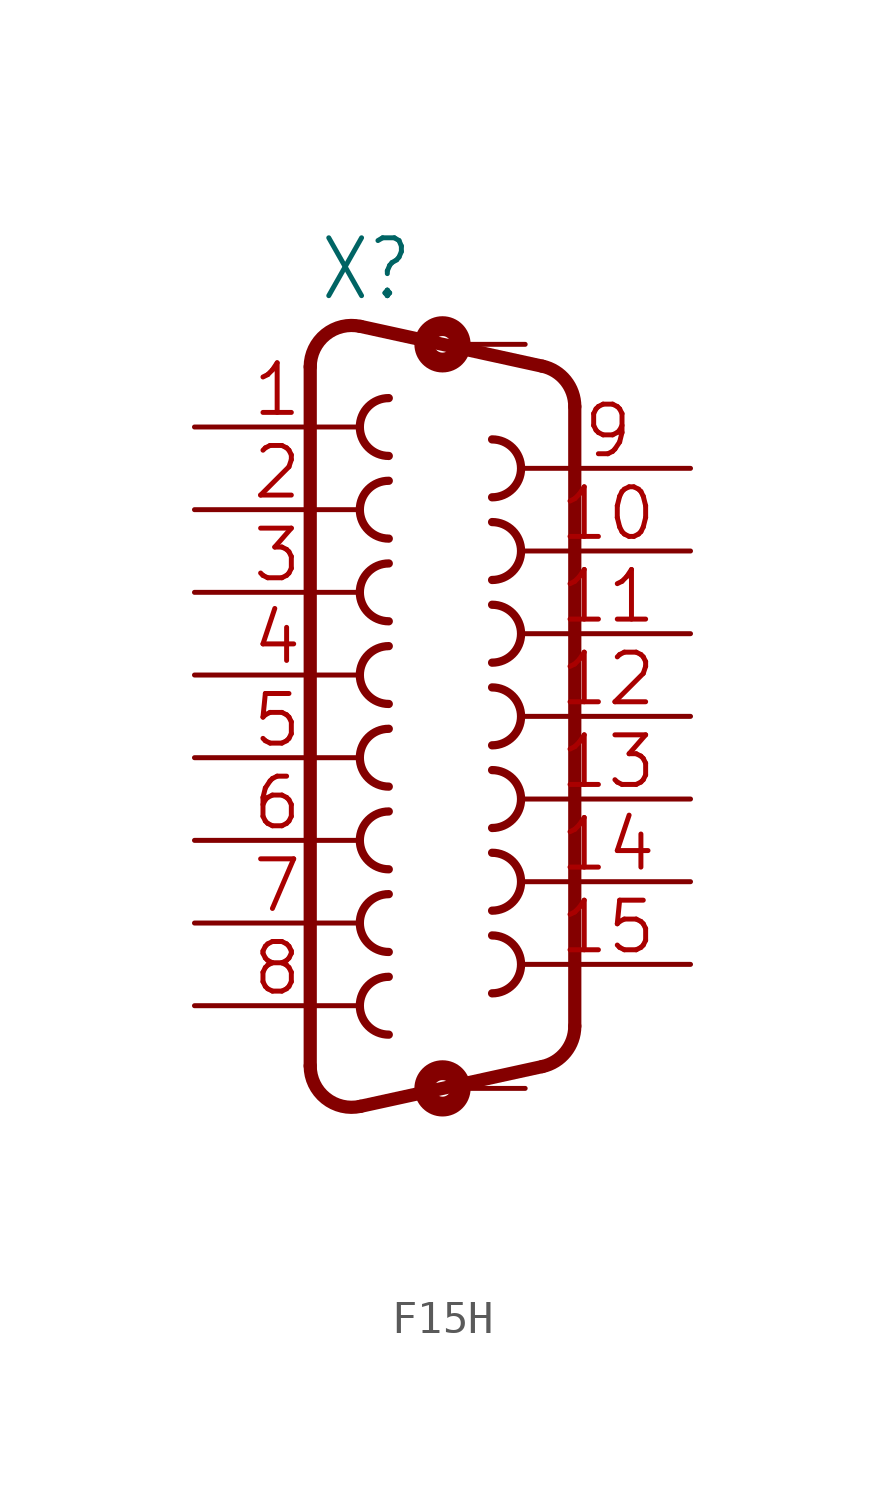
<source format=kicad_sym>
(kicad_symbol_lib
  (version 20241209)
  (generator "kicad_symbol_editor")
  (generator_version "9.0")
  (symbol "F15H"
    (property "Reference" "X"
      (at -3.81 11.43 0)
      (effects (font (size 1.778 1.511)) (justify left bottom)))
    (property "Value" ""
      (at -4.445 -15.875 0)
      (effects (font (size 1.778 1.511)) (justify left bottom)))
    (property "ki_locked" ""
      (at 0 0 0)
      (effects (font (size 1.27 1.27))))
    (symbol "F15H_1_0"
      (polyline (pts (xy -4.064 -12.011) (xy -4.064 9.471)) (stroke (width 0.406) (type solid)) (fill (type none)))
      (arc (start -2.5225 -13.252) (mid -3.5903 -13.0006) (end -4.064 -12.0112) (stroke (width 0.4064) (type solid)) (fill (type none)))
      (arc (start -4.064 9.4712) (mid -3.5902 10.4605) (end -2.5225 10.7119) (stroke (width 0.4064) (type solid)) (fill (type none)))
      (polyline (pts (xy -2.523 10.712) (xy 3.065 9.489)) (stroke (width 0.406) (type solid)) (fill (type none)))
      (polyline (pts (xy -2.523 -13.252) (xy 3.065 -12.029)) (stroke (width 0.406) (type solid)) (fill (type none)))
      (arc (start -1.651 6.731) (mid -2.54 7.62) (end -1.651 8.509) (stroke (width 0.254) (type solid)) (fill (type none)))
      (arc (start -1.651 4.191) (mid -2.54 5.08) (end -1.651 5.969) (stroke (width 0.254) (type solid)) (fill (type none)))
      (arc (start -1.651 1.651) (mid -2.54 2.54) (end -1.651 3.429) (stroke (width 0.254) (type solid)) (fill (type none)))
      (arc (start -1.651 -0.889) (mid -2.54 0) (end -1.651 0.889) (stroke (width 0.254) (type solid)) (fill (type none)))
      (arc (start -1.651 -3.429) (mid -2.54 -2.54) (end -1.651 -1.651) (stroke (width 0.254) (type solid)) (fill (type none)))
      (arc (start -1.651 -5.969) (mid -2.54 -5.08) (end -1.651 -4.191) (stroke (width 0.254) (type solid)) (fill (type none)))
      (arc (start -1.651 -8.509) (mid -2.54 -7.62) (end -1.651 -6.731) (stroke (width 0.254) (type solid)) (fill (type none)))
      (arc (start -1.651 -11.049) (mid -2.54 -10.16) (end -1.651 -9.271) (stroke (width 0.254) (type solid)) (fill (type none)))
      (circle (center 0 10.16) (radius 0.254) (stroke (width 0.61) (type solid)) (fill (type none)))
      (circle (center 0 -12.7) (radius 0.254) (stroke (width 0.61) (type solid)) (fill (type none)))
      (arc (start 1.524 7.239) (mid 2.413 6.35) (end 1.524 5.461) (stroke (width 0.254) (type solid)) (fill (type none)))
      (arc (start 1.524 4.699) (mid 2.413 3.81) (end 1.524 2.921) (stroke (width 0.254) (type solid)) (fill (type none)))
      (arc (start 1.524 2.159) (mid 2.413 1.27) (end 1.524 0.381) (stroke (width 0.254) (type solid)) (fill (type none)))
      (arc (start 1.524 -0.381) (mid 2.413 -1.27) (end 1.524 -2.159) (stroke (width 0.254) (type solid)) (fill (type none)))
      (arc (start 1.524 -2.921) (mid 2.413 -3.81) (end 1.524 -4.699) (stroke (width 0.254) (type solid)) (fill (type none)))
      (arc (start 1.524 -5.461) (mid 2.413 -6.35) (end 1.524 -7.239) (stroke (width 0.254) (type solid)) (fill (type none)))
      (arc (start 1.524 -8.001) (mid 2.413 -8.89) (end 1.524 -9.779) (stroke (width 0.254) (type solid)) (fill (type none)))
      (polyline (pts (xy 2.54 10.16) (xy 0 10.16)) (stroke (width 0.152) (type solid)) (fill (type none)))
      (polyline (pts (xy 2.54 -12.7) (xy 0 -12.7)) (stroke (width 0.152) (type solid)) (fill (type none)))
      (arc (start 4.064 -10.7887) (mid 3.7833 -11.585) (end 3.0654 -12.0294) (stroke (width 0.4064) (type solid)) (fill (type none)))
      (arc (start 3.0654 9.4895) (mid 3.7834 9.0452) (end 4.0642 8.2488) (stroke (width 0.4064) (type solid)) (fill (type none)))
      (polyline (pts (xy 4.064 -10.789) (xy 4.064 8.249)) (stroke (width 0.406) (type solid)) (fill (type none)))
      (pin passive line (at -7.62 7.62 0) (length 5.08) (name "1" (effects (font (size 0 0)))) (number "1" (effects (font (size 1.524 1.524)))))
      (pin passive line (at -7.62 5.08 0) (length 5.08) (name "2" (effects (font (size 0 0)))) (number "2" (effects (font (size 1.524 1.524)))))
      (pin passive line (at -7.62 2.54 0) (length 5.08) (name "3" (effects (font (size 0 0)))) (number "3" (effects (font (size 1.524 1.524)))))
      (pin passive line (at -7.62 0 0) (length 5.08) (name "4" (effects (font (size 0 0)))) (number "4" (effects (font (size 1.524 1.524)))))
      (pin passive line (at -7.62 -2.54 0) (length 5.08) (name "5" (effects (font (size 0 0)))) (number "5" (effects (font (size 1.524 1.524)))))
      (pin passive line (at -7.62 -5.08 0) (length 5.08) (name "6" (effects (font (size 0 0)))) (number "6" (effects (font (size 1.524 1.524)))))
      (pin passive line (at -7.62 -7.62 0) (length 5.08) (name "7" (effects (font (size 0 0)))) (number "7" (effects (font (size 1.524 1.524)))))
      (pin passive line (at -7.62 -10.16 0) (length 5.08) (name "8" (effects (font (size 0 0)))) (number "8" (effects (font (size 1.524 1.524)))))
      (pin passive line (at 7.62 6.35 180) (length 5.08) (name "9" (effects (font (size 0 0)))) (number "9" (effects (font (size 1.524 1.524)))))
      (pin passive line (at 7.62 3.81 180) (length 5.08) (name "10" (effects (font (size 0 0)))) (number "10" (effects (font (size 1.524 1.524)))))
      (pin passive line (at 7.62 1.27 180) (length 5.08) (name "11" (effects (font (size 0 0)))) (number "11" (effects (font (size 1.524 1.524)))))
      (pin passive line (at 7.62 -1.27 180) (length 5.08) (name "12" (effects (font (size 0 0)))) (number "12" (effects (font (size 1.524 1.524)))))
      (pin passive line (at 7.62 -3.81 180) (length 5.08) (name "13" (effects (font (size 0 0)))) (number "13" (effects (font (size 1.524 1.524)))))
      (pin passive line (at 7.62 -6.35 180) (length 5.08) (name "14" (effects (font (size 0 0)))) (number "14" (effects (font (size 1.524 1.524)))))
      (pin passive line (at 7.62 -8.89 180) (length 5.08) (name "15" (effects (font (size 0 0)))) (number "15" (effects (font (size 1.524 1.524))))))))
</source>
